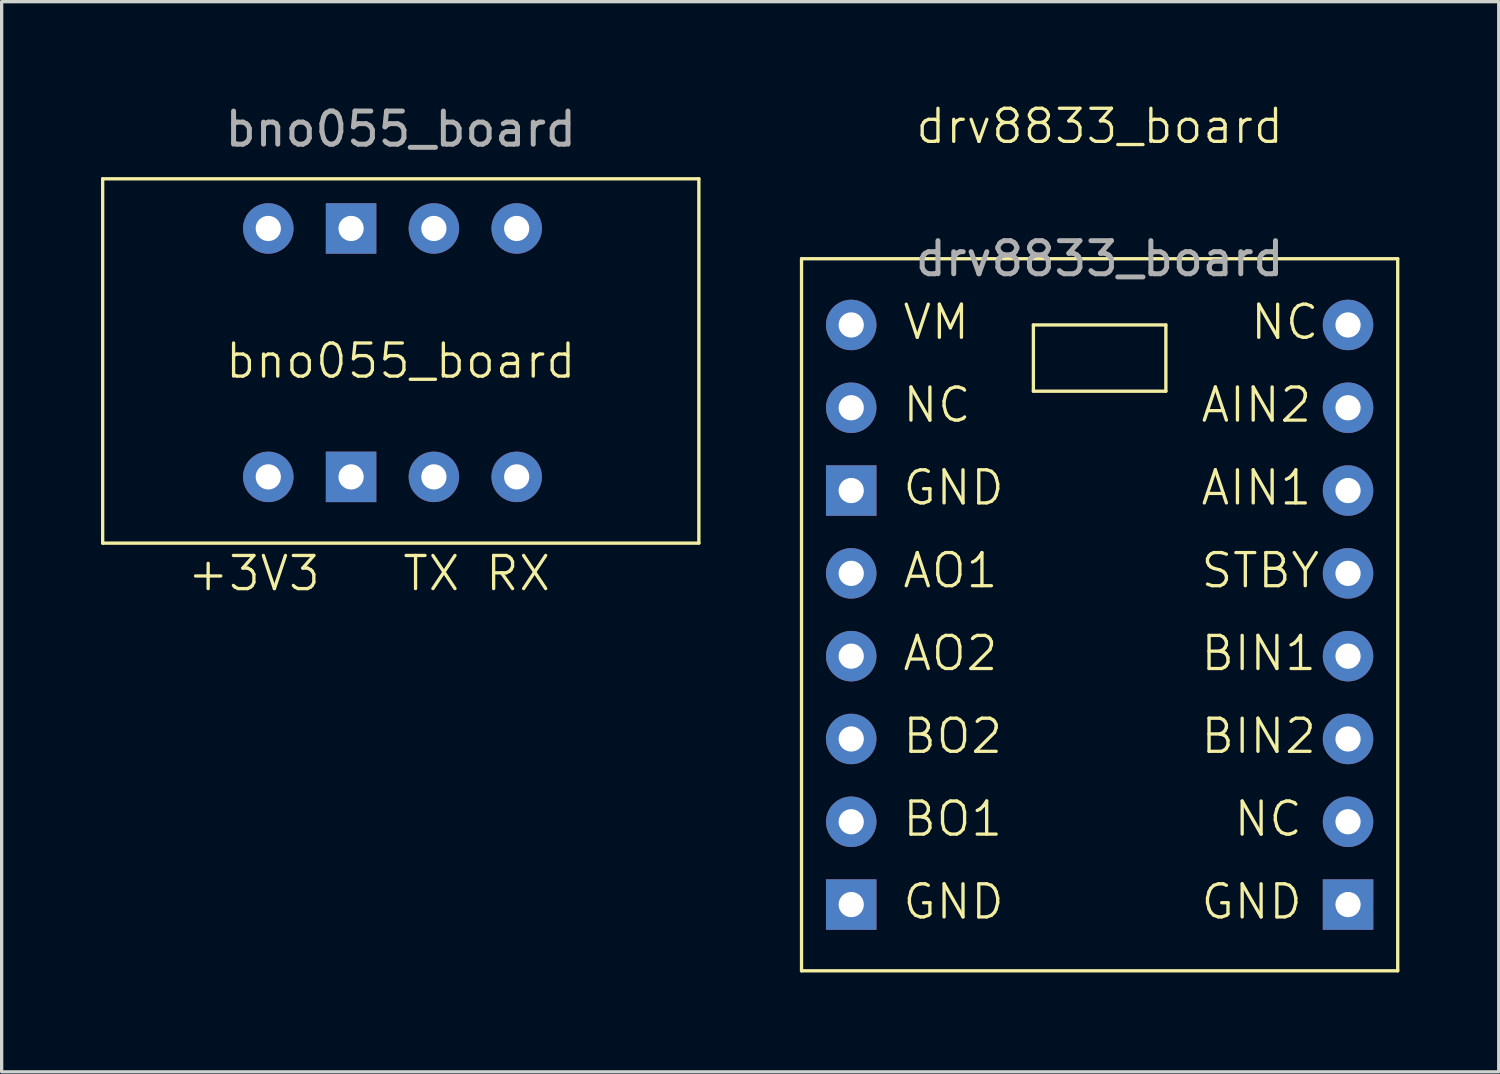
<source format=kicad_pcb>
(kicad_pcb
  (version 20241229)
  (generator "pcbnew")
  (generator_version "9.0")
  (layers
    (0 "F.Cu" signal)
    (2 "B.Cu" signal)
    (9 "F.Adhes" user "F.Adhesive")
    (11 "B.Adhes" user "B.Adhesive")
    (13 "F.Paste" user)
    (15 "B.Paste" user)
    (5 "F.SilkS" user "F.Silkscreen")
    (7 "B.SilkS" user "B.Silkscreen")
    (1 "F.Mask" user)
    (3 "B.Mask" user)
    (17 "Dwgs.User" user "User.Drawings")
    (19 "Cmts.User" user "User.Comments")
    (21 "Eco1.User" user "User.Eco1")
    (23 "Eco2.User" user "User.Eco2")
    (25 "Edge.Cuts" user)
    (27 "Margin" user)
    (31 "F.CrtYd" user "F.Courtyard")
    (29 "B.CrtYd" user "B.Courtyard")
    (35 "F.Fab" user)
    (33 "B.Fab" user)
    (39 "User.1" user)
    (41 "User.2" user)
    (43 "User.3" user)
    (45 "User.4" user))
  (footprint "drv8833_board"
    (layer "F.Cu")
    (at 30.15 11.761)
    (property "Reference" "drv8833_board" (at 0 -11 0) (unlocked yes) (layer "F.SilkS") (effects (font (size 1 1) (thickness 0.1))))
    (attr through_hole)
    (fp_line (start -9 -7) (end -9 14.5) (stroke (width 0.1) (type default)) (layer "F.SilkS"))
    (fp_line (start -9 14.5) (end 9 14.5) (stroke (width 0.1) (type default)) (layer "F.SilkS"))
    (fp_line (start -2 -5) (end 2 -5) (stroke (width 0.1) (type default)) (layer "F.SilkS"))
    (fp_line (start -2 -3) (end -2 -5) (stroke (width 0.1) (type default)) (layer "F.SilkS"))
    (fp_line (start 2 -5) (end 2 -3) (stroke (width 0.1) (type default)) (layer "F.SilkS"))
    (fp_line (start 2 -3) (end -2 -3) (stroke (width 0.1) (type default)) (layer "F.SilkS"))
    (fp_line (start 9 -7) (end -9 -7) (stroke (width 0.1) (type default)) (layer "F.SilkS"))
    (fp_line (start 9 14.5) (end 9 -7) (stroke (width 0.1) (type default)) (layer "F.SilkS"))
    (fp_text user "AIN1" (at 3 0.5 0) (unlocked yes) (layer "F.SilkS") (effects (font (size 1 1) (thickness 0.1)) (justify left bottom)))
    (fp_text user "BIN1" (at 3 5.5 0) (unlocked yes) (layer "F.SilkS") (effects (font (size 1 1) (thickness 0.1)) (justify left bottom)))
    (fp_text user "AO2" (at -6 5.5 0) (unlocked yes) (layer "F.SilkS") (effects (font (size 1 1) (thickness 0.1)) (justify left bottom)))
    (fp_text user "GND" (at -6 13 0) (unlocked yes) (layer "F.SilkS") (effects (font (size 1 1) (thickness 0.1)) (justify left bottom)))
    (fp_text user "BO1" (at -6 10.5 0) (unlocked yes) (layer "F.SilkS") (effects (font (size 1 1) (thickness 0.1)) (justify left bottom)))
    (fp_text user "AIN2" (at 3 -2 0) (unlocked yes) (layer "F.SilkS") (effects (font (size 1 1) (thickness 0.1)) (justify left bottom)))
    (fp_text user "NC" (at 4 10.5 0) (unlocked yes) (layer "F.SilkS") (effects (font (size 1 1) (thickness 0.1)) (justify left bottom)))
    (fp_text user "VM" (at -6 -4.5 0) (unlocked yes) (layer "F.SilkS") (effects (font (size 1 1) (thickness 0.1)) (justify left bottom)))
    (fp_text user "GND" (at 3 13 0) (unlocked yes) (layer "F.SilkS") (effects (font (size 1 1) (thickness 0.1)) (justify left bottom)))
    (fp_text user "NC" (at -6 -2 0) (unlocked yes) (layer "F.SilkS") (effects (font (size 1 1) (thickness 0.1)) (justify left bottom)))
    (fp_text user "NC" (at 4.5 -4.5 0) (unlocked yes) (layer "F.SilkS") (effects (font (size 1 1) (thickness 0.1)) (justify left bottom)))
    (fp_text user "BIN2" (at 3 8 0) (unlocked yes) (layer "F.SilkS") (effects (font (size 1 1) (thickness 0.1)) (justify left bottom)))
    (fp_text user "STBY" (at 3 3 0) (unlocked yes) (layer "F.SilkS") (effects (font (size 1 1) (thickness 0.1)) (justify left bottom)))
    (fp_text user "GND" (at -6 0.5 0) (unlocked yes) (layer "F.SilkS") (effects (font (size 1 1) (thickness 0.1)) (justify left bottom)))
    (fp_text user "BO2" (at -6 8 0) (unlocked yes) (layer "F.SilkS") (effects (font (size 1 1) (thickness 0.1)) (justify left bottom)))
    (fp_text user "AO1" (at -6 3 0) (unlocked yes) (layer "F.SilkS") (effects (font (size 1 1) (thickness 0.1)) (justify left bottom)))
    (fp_text user "${REFERENCE}" (at 0 -7 0) (unlocked yes) (layer "F.Fab") (effects (font (size 1 1) (thickness 0.15))))
    (pad "0" thru_hole circle (at -7.5 -2.5) (size 1.524 1.524) (drill 0.762) (layers "*.Cu" "*.Mask"))
    (pad "0" thru_hole circle (at 7.5 -5) (size 1.524 1.524) (drill 0.762) (layers "*.Cu" "*.Mask"))
    (pad "0" thru_hole circle (at 7.5 10) (size 1.524 1.524) (drill 0.762) (layers "*.Cu" "*.Mask"))
    (pad "1" thru_hole circle (at 7.5 0) (size 1.524 1.524) (drill 0.762) (layers "*.Cu" "*.Mask"))
    (pad "2" thru_hole circle (at 7.5 -2.5) (size 1.524 1.524) (drill 0.762) (layers "*.Cu" "*.Mask"))
    (pad "3" thru_hole circle (at 7.5 5) (size 1.524 1.524) (drill 0.762) (layers "*.Cu" "*.Mask"))
    (pad "4" thru_hole circle (at 7.5 7.5) (size 1.524 1.524) (drill 0.762) (layers "*.Cu" "*.Mask"))
    (pad "5" thru_hole circle (at -7.5 2.5) (size 1.524 1.524) (drill 0.762) (layers "*.Cu" "*.Mask"))
    (pad "6" thru_hole circle (at -7.5 5) (size 1.524 1.524) (drill 0.762) (layers "*.Cu" "*.Mask"))
    (pad "7" thru_hole circle (at -7.5 10) (size 1.524 1.524) (drill 0.762) (layers "*.Cu" "*.Mask"))
    (pad "8" thru_hole circle (at -7.5 7.5) (size 1.524 1.524) (drill 0.762) (layers "*.Cu" "*.Mask"))
    (pad "9" thru_hole circle (at -7.5 -5) (size 1.524 1.524) (drill 0.762) (layers "*.Cu" "*.Mask"))
    (pad "10" thru_hole circle (at 7.5 2.5) (size 1.524 1.524) (drill 0.762) (layers "*.Cu" "*.Mask"))
    (pad "11" thru_hole rect (at -7.5 0) (size 1.524 1.524) (drill 0.762) (layers "*.Cu" "*.Mask"))
    (pad "12" thru_hole rect (at -7.5 12.5) (size 1.524 1.524) (drill 0.762) (layers "*.Cu" "*.Mask"))
    (pad "13" thru_hole rect (at 7.5 12.5) (size 1.524 1.524) (drill 0.762) (layers "*.Cu" "*.Mask")))
  (footprint "bno055_board"
    (layer "F.Cu")
    (at 9.05 7.848)
    (property "Reference" "bno055_board" (at 0 0 0) (unlocked yes) (layer "F.SilkS") (effects (font (size 1 1) (thickness 0.1))))
    (attr through_hole)
    (fp_line (start -9 -5.5) (end -9 5.5) (stroke (width 0.1) (type default)) (layer "F.SilkS"))
    (fp_line (start -9 5.5) (end 9 5.5) (stroke (width 0.1) (type default)) (layer "F.SilkS"))
    (fp_line (start 9 -5.5) (end -9 -5.5) (stroke (width 0.1) (type default)) (layer "F.SilkS"))
    (fp_line (start 9 5.5) (end 9 -5.5) (stroke (width 0.1) (type default)) (layer "F.SilkS"))
    (fp_text user "+3V3" (at -6.5 7 0) (unlocked yes) (layer "F.SilkS") (effects (font (size 1 1) (thickness 0.1)) (justify left bottom)))
    (fp_text user "TX" (at 0 7 0) (unlocked yes) (layer "F.SilkS") (effects (font (size 1 1) (thickness 0.1)) (justify left bottom)))
    (fp_text user "RX" (at 2.5 7 0) (unlocked yes) (layer "F.SilkS") (effects (font (size 1 1) (thickness 0.1)) (justify left bottom)))
    (fp_text user "${REFERENCE}" (at 0 -7 0) (unlocked yes) (layer "F.Fab") (effects (font (size 1 1) (thickness 0.15))))
    (pad "1" thru_hole circle (at 3.5 3.5) (size 1.524 1.524) (drill 0.762) (layers "*.Cu" "*.Mask"))
    (pad "2" thru_hole circle (at 1 3.5) (size 1.524 1.524) (drill 0.762) (layers "*.Cu" "*.Mask"))
    (pad "3" thru_hole rect (at -1.5 3.5) (size 1.524 1.524) (drill 0.762) (layers "*.Cu" "*.Mask"))
    (pad "4" thru_hole circle (at -4 3.5) (size 1.524 1.524) (drill 0.762) (layers "*.Cu" "*.Mask"))
    (pad "5" thru_hole circle (at 3.5 -4) (size 1.524 1.524) (drill 0.762) (layers "*.Cu" "*.Mask"))
    (pad "6" thru_hole circle (at 1 -4) (size 1.524 1.524) (drill 0.762) (layers "*.Cu" "*.Mask"))
    (pad "7" thru_hole rect (at -1.5 -4) (size 1.524 1.524) (drill 0.762) (layers "*.Cu" "*.Mask"))
    (pad "8" thru_hole circle (at -4 -4) (size 1.524 1.524) (drill 0.762) (layers "*.Cu" "*.Mask")))
  (gr_rect
    (start -3 -3)
    (end 42.2 29.311)
    (stroke (width 0.1) (type default))
    (fill no)
    (layer "Edge.Cuts")))
</source>
